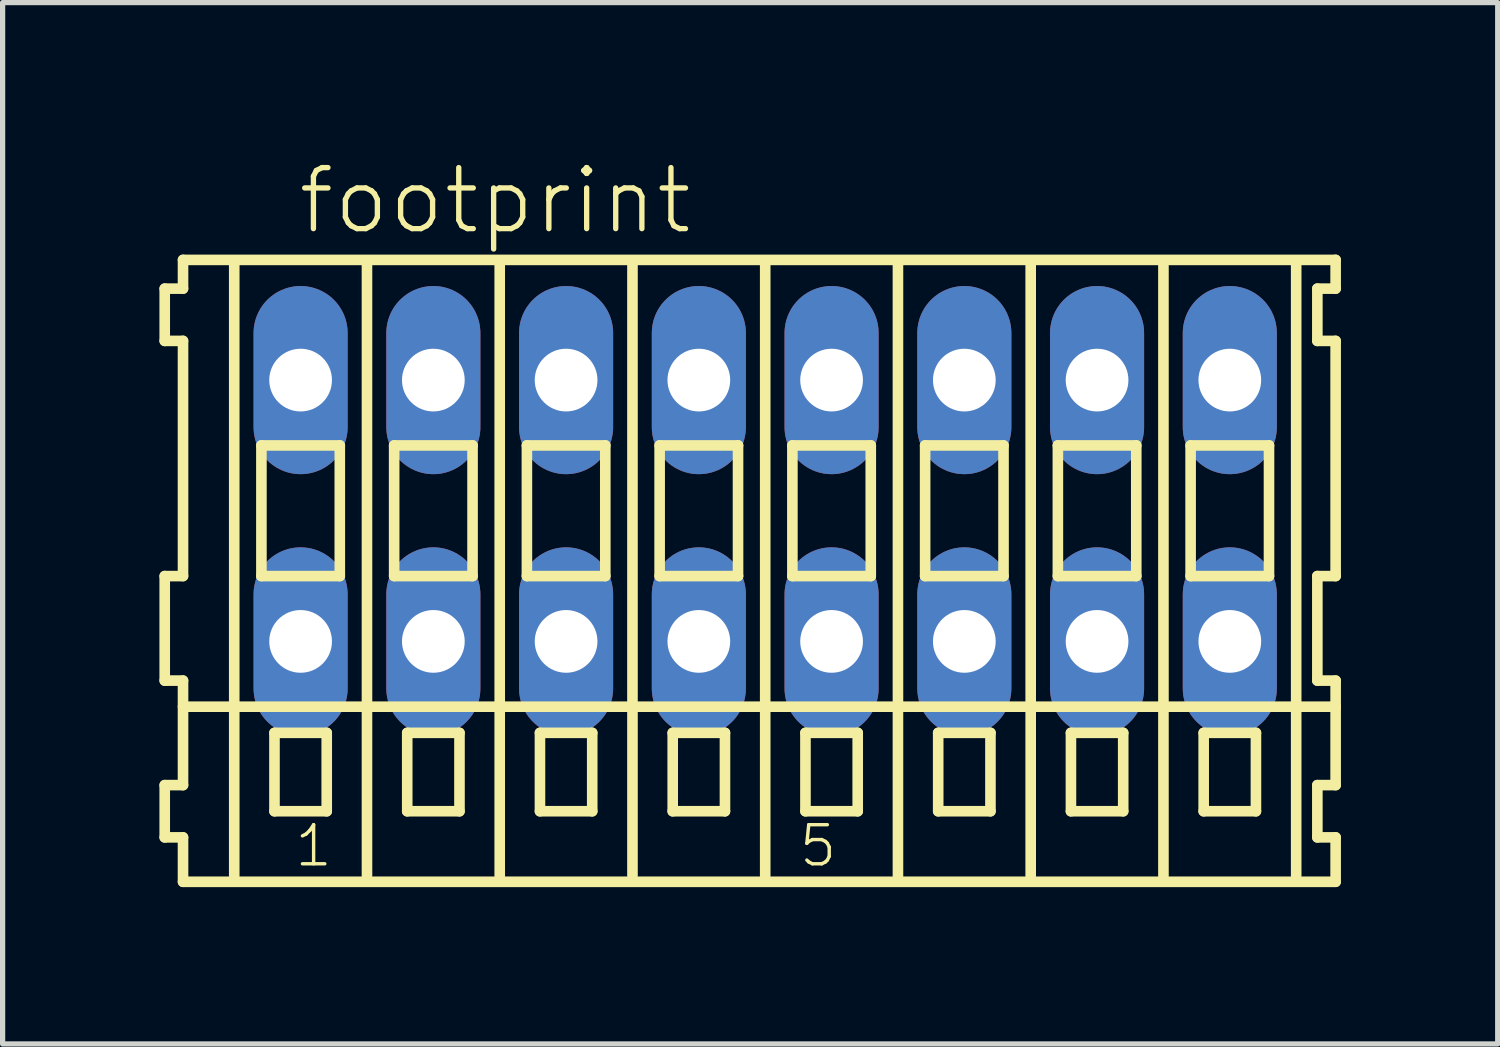
<source format=kicad_pcb>
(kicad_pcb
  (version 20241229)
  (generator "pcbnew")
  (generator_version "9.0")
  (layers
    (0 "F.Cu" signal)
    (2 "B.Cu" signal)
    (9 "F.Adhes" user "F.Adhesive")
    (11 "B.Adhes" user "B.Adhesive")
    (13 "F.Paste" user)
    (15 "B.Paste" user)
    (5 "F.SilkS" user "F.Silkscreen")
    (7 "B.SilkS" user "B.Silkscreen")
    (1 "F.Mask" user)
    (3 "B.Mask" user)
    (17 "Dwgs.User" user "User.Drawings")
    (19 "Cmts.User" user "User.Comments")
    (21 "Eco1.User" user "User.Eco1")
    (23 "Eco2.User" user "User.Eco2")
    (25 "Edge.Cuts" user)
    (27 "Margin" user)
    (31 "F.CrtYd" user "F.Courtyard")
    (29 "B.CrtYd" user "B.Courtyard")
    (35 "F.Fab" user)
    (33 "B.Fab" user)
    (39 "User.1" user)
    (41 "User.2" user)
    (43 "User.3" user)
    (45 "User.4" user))
  (footprint "footprint"
    (layer "F.Cu")
    (at 11.592 6.723)
    (property "Reference" "footprint" (at -8.99 -5.25 0) (layer "F.SilkS") (effects (font (size 1.168 1.168) (thickness 0.102)) (justify left bottom)))
    (fp_line (start -11.49 -4.25) (end -11.49 -3.25) (stroke (width 0.203) (type solid)) (layer "F.SilkS"))
    (fp_line (start -11.49 -3.25) (end -11.14 -3.25) (stroke (width 0.203) (type solid)) (layer "F.SilkS"))
    (fp_line (start -11.49 1.25) (end -11.49 3.25) (stroke (width 0.203) (type solid)) (layer "F.SilkS"))
    (fp_line (start -11.49 3.25) (end -11.14 3.25) (stroke (width 0.203) (type solid)) (layer "F.SilkS"))
    (fp_line (start -11.49 5.25) (end -11.49 6.25) (stroke (width 0.203) (type solid)) (layer "F.SilkS"))
    (fp_line (start -11.49 6.25) (end -11.14 6.25) (stroke (width 0.203) (type solid)) (layer "F.SilkS"))
    (fp_line (start -11.14 -4.8) (end -11.14 -4.25) (stroke (width 0.203) (type solid)) (layer "F.SilkS"))
    (fp_line (start -11.14 -4.25) (end -11.49 -4.25) (stroke (width 0.203) (type solid)) (layer "F.SilkS"))
    (fp_line (start -11.14 -3.25) (end -11.14 1.25) (stroke (width 0.203) (type solid)) (layer "F.SilkS"))
    (fp_line (start -11.14 1.25) (end -11.49 1.25) (stroke (width 0.203) (type solid)) (layer "F.SilkS"))
    (fp_line (start -11.14 3.25) (end -11.14 5.25) (stroke (width 0.203) (type solid)) (layer "F.SilkS"))
    (fp_line (start -11.14 3.75) (end 10.915 3.75) (stroke (width 0.203) (type solid)) (layer "F.SilkS"))
    (fp_line (start -11.14 5.25) (end -11.49 5.25) (stroke (width 0.203) (type solid)) (layer "F.SilkS"))
    (fp_line (start -11.14 6.25) (end -11.14 7.1) (stroke (width 0.203) (type solid)) (layer "F.SilkS"))
    (fp_line (start -11.14 7.1) (end 10.915 7.1) (stroke (width 0.203) (type solid)) (layer "F.SilkS"))
    (fp_line (start -10.16 6.985) (end -10.16 -4.699) (stroke (width 0.203) (type solid)) (layer "F.SilkS"))
    (fp_line (start -9.64 -1.25) (end -9.64 1.25) (stroke (width 0.203) (type solid)) (layer "F.SilkS"))
    (fp_line (start -9.64 1.25) (end -8.14 1.25) (stroke (width 0.203) (type solid)) (layer "F.SilkS"))
    (fp_line (start -9.39 4.25) (end -9.39 5.75) (stroke (width 0.203) (type solid)) (layer "F.SilkS"))
    (fp_line (start -9.39 5.75) (end -8.39 5.75) (stroke (width 0.203) (type solid)) (layer "F.SilkS"))
    (fp_line (start -8.39 4.25) (end -9.39 4.25) (stroke (width 0.203) (type solid)) (layer "F.SilkS"))
    (fp_line (start -8.39 5.75) (end -8.39 4.25) (stroke (width 0.203) (type solid)) (layer "F.SilkS"))
    (fp_line (start -8.14 -1.25) (end -9.64 -1.25) (stroke (width 0.203) (type solid)) (layer "F.SilkS"))
    (fp_line (start -8.14 1.25) (end -8.14 -1.25) (stroke (width 0.203) (type solid)) (layer "F.SilkS"))
    (fp_line (start -7.62 6.985) (end -7.62 -4.699) (stroke (width 0.203) (type solid)) (layer "F.SilkS"))
    (fp_line (start -7.1 -1.25) (end -7.1 1.25) (stroke (width 0.203) (type solid)) (layer "F.SilkS"))
    (fp_line (start -7.1 1.25) (end -5.6 1.25) (stroke (width 0.203) (type solid)) (layer "F.SilkS"))
    (fp_line (start -6.85 4.25) (end -6.85 5.75) (stroke (width 0.203) (type solid)) (layer "F.SilkS"))
    (fp_line (start -6.85 5.75) (end -5.85 5.75) (stroke (width 0.203) (type solid)) (layer "F.SilkS"))
    (fp_line (start -5.85 4.25) (end -6.85 4.25) (stroke (width 0.203) (type solid)) (layer "F.SilkS"))
    (fp_line (start -5.85 5.75) (end -5.85 4.25) (stroke (width 0.203) (type solid)) (layer "F.SilkS"))
    (fp_line (start -5.6 -1.25) (end -7.1 -1.25) (stroke (width 0.203) (type solid)) (layer "F.SilkS"))
    (fp_line (start -5.6 1.25) (end -5.6 -1.25) (stroke (width 0.203) (type solid)) (layer "F.SilkS"))
    (fp_line (start -5.08 6.985) (end -5.08 -4.699) (stroke (width 0.203) (type solid)) (layer "F.SilkS"))
    (fp_line (start -4.56 -1.25) (end -4.56 1.25) (stroke (width 0.203) (type solid)) (layer "F.SilkS"))
    (fp_line (start -4.56 1.25) (end -3.06 1.25) (stroke (width 0.203) (type solid)) (layer "F.SilkS"))
    (fp_line (start -4.31 4.25) (end -4.31 5.75) (stroke (width 0.203) (type solid)) (layer "F.SilkS"))
    (fp_line (start -4.31 5.75) (end -3.31 5.75) (stroke (width 0.203) (type solid)) (layer "F.SilkS"))
    (fp_line (start -3.31 4.25) (end -4.31 4.25) (stroke (width 0.203) (type solid)) (layer "F.SilkS"))
    (fp_line (start -3.31 5.75) (end -3.31 4.25) (stroke (width 0.203) (type solid)) (layer "F.SilkS"))
    (fp_line (start -3.06 -1.25) (end -4.56 -1.25) (stroke (width 0.203) (type solid)) (layer "F.SilkS"))
    (fp_line (start -3.06 1.25) (end -3.06 -1.25) (stroke (width 0.203) (type solid)) (layer "F.SilkS"))
    (fp_line (start -2.54 6.985) (end -2.54 -4.699) (stroke (width 0.203) (type solid)) (layer "F.SilkS"))
    (fp_line (start -2.02 -1.25) (end -2.02 1.25) (stroke (width 0.203) (type solid)) (layer "F.SilkS"))
    (fp_line (start -2.02 1.25) (end -0.52 1.25) (stroke (width 0.203) (type solid)) (layer "F.SilkS"))
    (fp_line (start -1.77 4.25) (end -1.77 5.75) (stroke (width 0.203) (type solid)) (layer "F.SilkS"))
    (fp_line (start -1.77 5.75) (end -0.77 5.75) (stroke (width 0.203) (type solid)) (layer "F.SilkS"))
    (fp_line (start -0.77 4.25) (end -1.77 4.25) (stroke (width 0.203) (type solid)) (layer "F.SilkS"))
    (fp_line (start -0.77 5.75) (end -0.77 4.25) (stroke (width 0.203) (type solid)) (layer "F.SilkS"))
    (fp_line (start -0.52 -1.25) (end -2.02 -1.25) (stroke (width 0.203) (type solid)) (layer "F.SilkS"))
    (fp_line (start -0.52 1.25) (end -0.52 -1.25) (stroke (width 0.203) (type solid)) (layer "F.SilkS"))
    (fp_line (start 0 6.985) (end 0 -4.699) (stroke (width 0.203) (type solid)) (layer "F.SilkS"))
    (fp_line (start 0.52 -1.25) (end 0.52 1.25) (stroke (width 0.203) (type solid)) (layer "F.SilkS"))
    (fp_line (start 0.52 1.25) (end 2.02 1.25) (stroke (width 0.203) (type solid)) (layer "F.SilkS"))
    (fp_line (start 0.77 4.25) (end 0.77 5.75) (stroke (width 0.203) (type solid)) (layer "F.SilkS"))
    (fp_line (start 0.77 5.75) (end 1.77 5.75) (stroke (width 0.203) (type solid)) (layer "F.SilkS"))
    (fp_line (start 1.77 4.25) (end 0.77 4.25) (stroke (width 0.203) (type solid)) (layer "F.SilkS"))
    (fp_line (start 1.77 5.75) (end 1.77 4.25) (stroke (width 0.203) (type solid)) (layer "F.SilkS"))
    (fp_line (start 2.02 -1.25) (end 0.52 -1.25) (stroke (width 0.203) (type solid)) (layer "F.SilkS"))
    (fp_line (start 2.02 1.25) (end 2.02 -1.25) (stroke (width 0.203) (type solid)) (layer "F.SilkS"))
    (fp_line (start 2.54 6.985) (end 2.54 -4.699) (stroke (width 0.203) (type solid)) (layer "F.SilkS"))
    (fp_line (start 3.06 -1.25) (end 3.06 1.25) (stroke (width 0.203) (type solid)) (layer "F.SilkS"))
    (fp_line (start 3.06 1.25) (end 4.56 1.25) (stroke (width 0.203) (type solid)) (layer "F.SilkS"))
    (fp_line (start 3.31 4.25) (end 3.31 5.75) (stroke (width 0.203) (type solid)) (layer "F.SilkS"))
    (fp_line (start 3.31 5.75) (end 4.31 5.75) (stroke (width 0.203) (type solid)) (layer "F.SilkS"))
    (fp_line (start 4.31 4.25) (end 3.31 4.25) (stroke (width 0.203) (type solid)) (layer "F.SilkS"))
    (fp_line (start 4.31 5.75) (end 4.31 4.25) (stroke (width 0.203) (type solid)) (layer "F.SilkS"))
    (fp_line (start 4.56 -1.25) (end 3.06 -1.25) (stroke (width 0.203) (type solid)) (layer "F.SilkS"))
    (fp_line (start 4.56 1.25) (end 4.56 -1.25) (stroke (width 0.203) (type solid)) (layer "F.SilkS"))
    (fp_line (start 5.08 6.985) (end 5.08 -4.699) (stroke (width 0.203) (type solid)) (layer "F.SilkS"))
    (fp_line (start 5.6 -1.25) (end 5.6 1.25) (stroke (width 0.203) (type solid)) (layer "F.SilkS"))
    (fp_line (start 5.6 1.25) (end 7.1 1.25) (stroke (width 0.203) (type solid)) (layer "F.SilkS"))
    (fp_line (start 5.85 4.25) (end 5.85 5.75) (stroke (width 0.203) (type solid)) (layer "F.SilkS"))
    (fp_line (start 5.85 5.75) (end 6.85 5.75) (stroke (width 0.203) (type solid)) (layer "F.SilkS"))
    (fp_line (start 6.85 4.25) (end 5.85 4.25) (stroke (width 0.203) (type solid)) (layer "F.SilkS"))
    (fp_line (start 6.85 5.75) (end 6.85 4.25) (stroke (width 0.203) (type solid)) (layer "F.SilkS"))
    (fp_line (start 7.1 -1.25) (end 5.6 -1.25) (stroke (width 0.203) (type solid)) (layer "F.SilkS"))
    (fp_line (start 7.1 1.25) (end 7.1 -1.25) (stroke (width 0.203) (type solid)) (layer "F.SilkS"))
    (fp_line (start 7.62 6.985) (end 7.62 -4.699) (stroke (width 0.203) (type solid)) (layer "F.SilkS"))
    (fp_line (start 8.14 -1.25) (end 8.14 1.25) (stroke (width 0.203) (type solid)) (layer "F.SilkS"))
    (fp_line (start 8.14 1.25) (end 9.64 1.25) (stroke (width 0.203) (type solid)) (layer "F.SilkS"))
    (fp_line (start 8.39 4.25) (end 8.39 5.75) (stroke (width 0.203) (type solid)) (layer "F.SilkS"))
    (fp_line (start 8.39 5.75) (end 9.39 5.75) (stroke (width 0.203) (type solid)) (layer "F.SilkS"))
    (fp_line (start 9.39 4.25) (end 8.39 4.25) (stroke (width 0.203) (type solid)) (layer "F.SilkS"))
    (fp_line (start 9.39 5.75) (end 9.39 4.25) (stroke (width 0.203) (type solid)) (layer "F.SilkS"))
    (fp_line (start 9.64 -1.25) (end 8.14 -1.25) (stroke (width 0.203) (type solid)) (layer "F.SilkS"))
    (fp_line (start 9.64 1.25) (end 9.64 -1.25) (stroke (width 0.203) (type solid)) (layer "F.SilkS"))
    (fp_line (start 10.16 6.985) (end 10.16 -4.699) (stroke (width 0.203) (type solid)) (layer "F.SilkS"))
    (fp_line (start 10.565 -4.25) (end 10.565 -3.25) (stroke (width 0.203) (type solid)) (layer "F.SilkS"))
    (fp_line (start 10.565 -3.25) (end 10.915 -3.25) (stroke (width 0.203) (type solid)) (layer "F.SilkS"))
    (fp_line (start 10.565 1.25) (end 10.565 3.25) (stroke (width 0.203) (type solid)) (layer "F.SilkS"))
    (fp_line (start 10.565 3.25) (end 10.915 3.25) (stroke (width 0.203) (type solid)) (layer "F.SilkS"))
    (fp_line (start 10.565 5.25) (end 10.565 6.25) (stroke (width 0.203) (type solid)) (layer "F.SilkS"))
    (fp_line (start 10.565 6.25) (end 10.915 6.25) (stroke (width 0.203) (type solid)) (layer "F.SilkS"))
    (fp_line (start 10.915 -4.8) (end -11.14 -4.8) (stroke (width 0.203) (type solid)) (layer "F.SilkS"))
    (fp_line (start 10.915 -4.25) (end 10.565 -4.25) (stroke (width 0.203) (type solid)) (layer "F.SilkS"))
    (fp_line (start 10.915 -4.25) (end 10.915 -4.8) (stroke (width 0.203) (type solid)) (layer "F.SilkS"))
    (fp_line (start 10.915 1.25) (end 10.565 1.25) (stroke (width 0.203) (type solid)) (layer "F.SilkS"))
    (fp_line (start 10.915 1.25) (end 10.915 -3.25) (stroke (width 0.203) (type solid)) (layer "F.SilkS"))
    (fp_line (start 10.915 3.75) (end 10.915 3.25) (stroke (width 0.203) (type solid)) (layer "F.SilkS"))
    (fp_line (start 10.915 5.25) (end 10.565 5.25) (stroke (width 0.203) (type solid)) (layer "F.SilkS"))
    (fp_line (start 10.915 5.25) (end 10.915 3.75) (stroke (width 0.203) (type solid)) (layer "F.SilkS"))
    (fp_line (start 10.915 7.1) (end 10.915 6.25) (stroke (width 0.203) (type solid)) (layer "F.SilkS"))
    (fp_text user "1" (at -9.04 6.85 0) (layer "F.SilkS") (effects (font (size 0.748 0.748) (thickness 0.065)) (justify left bottom)))
    (fp_text user "5" (at 0.612 6.85 0) (layer "F.SilkS") (effects (font (size 0.748 0.748) (thickness 0.065)) (justify left bottom)))
    (pad "A1" thru_hole oval (at -8.89 -2.5 90) (size 3.6 1.8) (drill 1.2) (layers "*.Cu" "*.Mask"))
    (pad "A2" thru_hole oval (at -6.35 -2.5 90) (size 3.6 1.8) (drill 1.2) (layers "*.Cu" "*.Mask"))
    (pad "A3" thru_hole oval (at -3.81 -2.5 90) (size 3.6 1.8) (drill 1.2) (layers "*.Cu" "*.Mask"))
    (pad "A4" thru_hole oval (at -1.27 -2.5 90) (size 3.6 1.8) (drill 1.2) (layers "*.Cu" "*.Mask"))
    (pad "A5" thru_hole oval (at 1.27 -2.5 90) (size 3.6 1.8) (drill 1.2) (layers "*.Cu" "*.Mask"))
    (pad "A6" thru_hole oval (at 3.81 -2.5 90) (size 3.6 1.8) (drill 1.2) (layers "*.Cu" "*.Mask"))
    (pad "A7" thru_hole oval (at 6.35 -2.5 90) (size 3.6 1.8) (drill 1.2) (layers "*.Cu" "*.Mask"))
    (pad "A8" thru_hole oval (at 8.89 -2.5 90) (size 3.6 1.8) (drill 1.2) (layers "*.Cu" "*.Mask"))
    (pad "B1" thru_hole oval (at -8.89 2.5 90) (size 3.6 1.8) (drill 1.2) (layers "*.Cu" "*.Mask"))
    (pad "B2" thru_hole oval (at -6.35 2.5 90) (size 3.6 1.8) (drill 1.2) (layers "*.Cu" "*.Mask"))
    (pad "B3" thru_hole oval (at -3.81 2.5 90) (size 3.6 1.8) (drill 1.2) (layers "*.Cu" "*.Mask"))
    (pad "B4" thru_hole oval (at -1.27 2.5 90) (size 3.6 1.8) (drill 1.2) (layers "*.Cu" "*.Mask"))
    (pad "B5" thru_hole oval (at 1.27 2.5 90) (size 3.6 1.8) (drill 1.2) (layers "*.Cu" "*.Mask"))
    (pad "B6" thru_hole oval (at 3.81 2.5 90) (size 3.6 1.8) (drill 1.2) (layers "*.Cu" "*.Mask"))
    (pad "B7" thru_hole oval (at 6.35 2.5 90) (size 3.6 1.8) (drill 1.2) (layers "*.Cu" "*.Mask"))
    (pad "B8" thru_hole oval (at 8.89 2.5 90) (size 3.6 1.8) (drill 1.2) (layers "*.Cu" "*.Mask")))
  (gr_rect
    (start -3 -3)
    (end 25.608 16.925)
    (stroke (width 0.1) (type default))
    (fill no)
    (layer "Edge.Cuts")))
</source>
